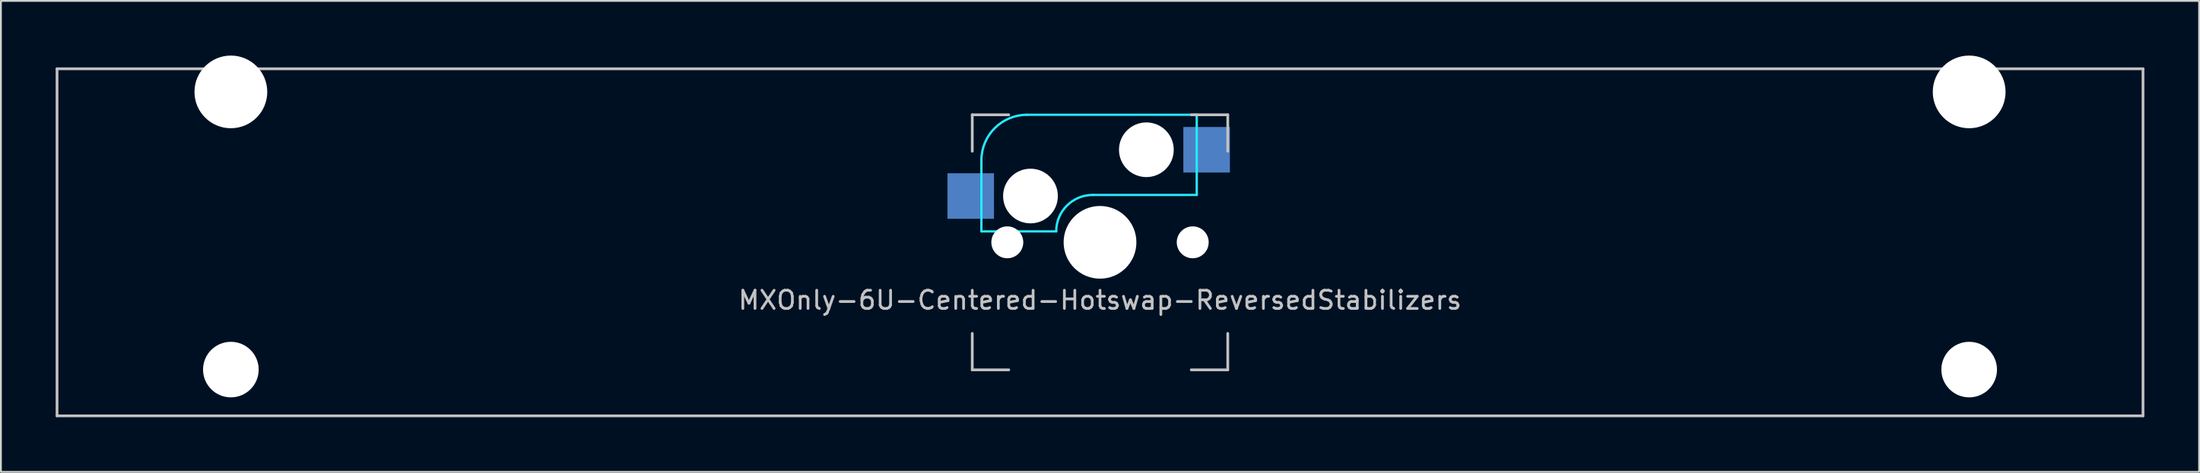
<source format=kicad_pcb>
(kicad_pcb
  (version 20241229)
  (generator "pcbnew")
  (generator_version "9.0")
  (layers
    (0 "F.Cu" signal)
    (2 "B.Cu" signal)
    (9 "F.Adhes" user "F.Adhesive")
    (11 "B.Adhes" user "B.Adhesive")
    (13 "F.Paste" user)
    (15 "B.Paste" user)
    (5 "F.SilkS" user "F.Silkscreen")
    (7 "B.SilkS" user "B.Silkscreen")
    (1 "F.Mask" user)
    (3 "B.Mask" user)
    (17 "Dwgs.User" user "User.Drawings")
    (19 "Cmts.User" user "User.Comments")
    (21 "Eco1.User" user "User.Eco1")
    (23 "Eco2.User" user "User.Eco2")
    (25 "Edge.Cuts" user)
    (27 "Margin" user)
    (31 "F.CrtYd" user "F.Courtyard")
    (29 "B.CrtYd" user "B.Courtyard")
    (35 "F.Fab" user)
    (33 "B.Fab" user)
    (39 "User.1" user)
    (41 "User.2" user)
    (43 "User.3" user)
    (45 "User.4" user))
  (footprint "MXOnly-6U-Centered-Hotswap-ReversedStabilizers"
    (layer "F.Cu")
    (at 57.225 10.249)
    (property "Reference" "MXOnly-6U-Centered-Hotswap-ReversedStabilizers" (at 0 3.175 0) (layer "Dwgs.User") (effects (font (size 1 1) (thickness 0.15))))
    (attr through_hole)
    (fp_line (start -57.15 -9.525) (end 57.15 -9.525) (stroke (width 0.15) (type solid)) (layer "Dwgs.User"))
    (fp_line (start -57.15 9.525) (end -57.15 -9.525) (stroke (width 0.15) (type solid)) (layer "Dwgs.User"))
    (fp_line (start -57.15 9.525) (end 57.15 9.525) (stroke (width 0.15) (type solid)) (layer "Dwgs.User"))
    (fp_line (start -7 -7) (end -7 -5) (stroke (width 0.15) (type solid)) (layer "Dwgs.User"))
    (fp_line (start -7 5) (end -7 7) (stroke (width 0.15) (type solid)) (layer "Dwgs.User"))
    (fp_line (start -7 7) (end -5 7) (stroke (width 0.15) (type solid)) (layer "Dwgs.User"))
    (fp_line (start -5 -7) (end -7 -7) (stroke (width 0.15) (type solid)) (layer "Dwgs.User"))
    (fp_line (start 5 -7) (end 7 -7) (stroke (width 0.15) (type solid)) (layer "Dwgs.User"))
    (fp_line (start 5 7) (end 7 7) (stroke (width 0.15) (type solid)) (layer "Dwgs.User"))
    (fp_line (start 7 -7) (end 7 -5) (stroke (width 0.15) (type solid)) (layer "Dwgs.User"))
    (fp_line (start 7 7) (end 7 5) (stroke (width 0.15) (type solid)) (layer "Dwgs.User"))
    (fp_line (start 57.15 -9.525) (end 57.15 9.525) (stroke (width 0.15) (type solid)) (layer "Dwgs.User"))
    (fp_line (start -6.5 -4.5) (end -6.5 -0.6) (stroke (width 0.127) (type solid)) (layer "B.CrtYd"))
    (fp_line (start -6.5 -0.6) (end -2.4 -0.6) (stroke (width 0.127) (type solid)) (layer "B.CrtYd"))
    (fp_line (start -0.4 -2.6) (end 5.3 -2.6) (stroke (width 0.127) (type solid)) (layer "B.CrtYd"))
    (fp_line (start 5.3 -7) (end -4 -7) (stroke (width 0.127) (type solid)) (layer "B.CrtYd"))
    (fp_line (start 5.3 -7) (end 5.3 -2.6) (stroke (width 0.127) (type solid)) (layer "B.CrtYd"))
    (fp_arc (start -6.5 -4.5) (mid -5.767767 -6.267767) (end -4 -7) (stroke (width 0.127) (type solid)) (layer "B.CrtYd"))
    (fp_arc (start -2.4 -0.6) (mid -1.814214 -2.014214) (end -0.4 -2.6) (stroke (width 0.127) (type solid)) (layer "B.CrtYd"))
    (pad "" np_thru_hole circle (at -47.625 -8.255) (size 3.988 3.988) (drill 3.988) (layers "*.Cu" "*.Mask"))
    (pad "" np_thru_hole circle (at -47.625 6.985) (size 3.048 3.048) (drill 3.048) (layers "*.Cu" "*.Mask"))
    (pad "" np_thru_hole circle (at -5.08 0 48.1) (size 1.75 1.75) (drill 1.75) (layers "*.Cu" "*.Mask"))
    (pad "" np_thru_hole circle (at -3.81 -2.54) (size 3 3) (drill 3) (layers "*.Cu" "*.Mask"))
    (pad "" np_thru_hole circle (at 0 0) (size 3.988 3.988) (drill 3.988) (layers "*.Cu" "*.Mask"))
    (pad "" np_thru_hole circle (at 2.54 -5.08) (size 3 3) (drill 3) (layers "*.Cu" "*.Mask"))
    (pad "" np_thru_hole circle (at 5.08 0 48.1) (size 1.75 1.75) (drill 1.75) (layers "*.Cu" "*.Mask"))
    (pad "" np_thru_hole circle (at 47.625 -8.255) (size 3.988 3.988) (drill 3.988) (layers "*.Cu" "*.Mask"))
    (pad "" np_thru_hole circle (at 47.625 6.985) (size 3.048 3.048) (drill 3.048) (layers "*.Cu" "*.Mask"))
    (pad "1" smd rect (at -7.085 -2.54) (size 2.55 2.5) (layers "B.Cu" "B.Mask" "B.Paste"))
    (pad "2" smd rect (at 5.842 -5.08) (size 2.55 2.5) (layers "B.Cu" "B.Mask" "B.Paste")))
  (gr_rect
    (start -3 -3)
    (end 117.45 22.849)
    (stroke (width 0.1) (type default))
    (fill no)
    (layer "Edge.Cuts")))
</source>
